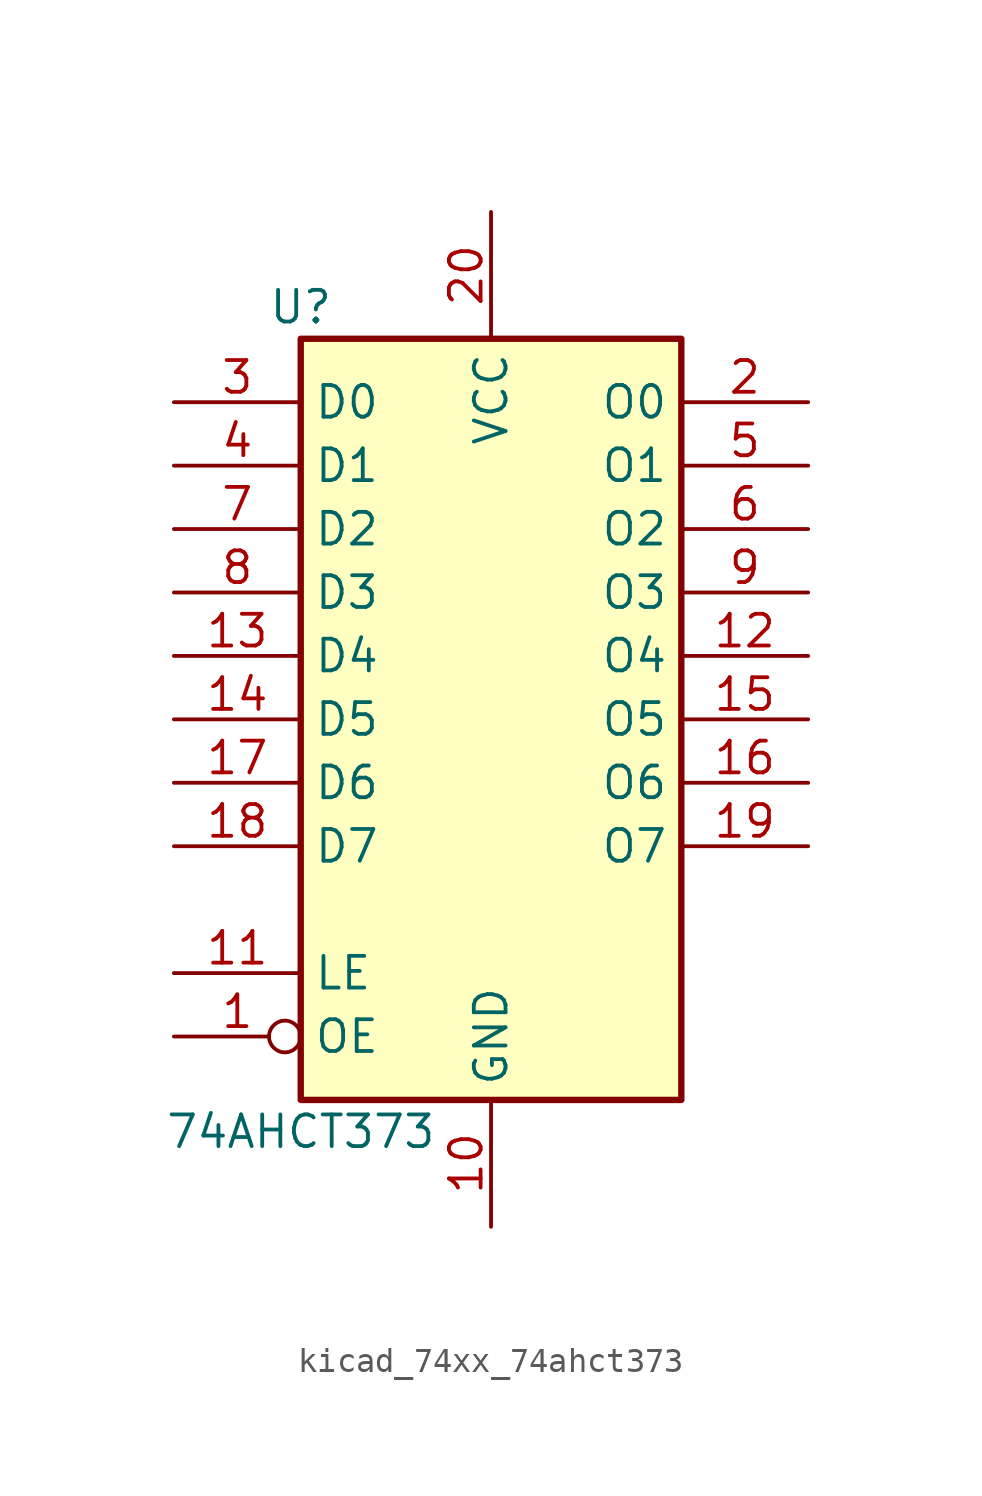
<source format=kicad_sym>
(kicad_symbol_lib
  (version 20220914)
  (generator kicad_symbol_editor)
  (symbol "kicad_74xx_74ahct373"
    (property "Reference" "U"
      (at -7.62 16.51 0)
      (effects (font (size 1.27 1.27))))
    (property "Value" "74AHCT373"
      (at -7.62 -16.51 0)
      (effects (font (size 1.27 1.27))))
    (symbol "kicad_74xx_74ahct373_1_0"
      (pin input inverted (at -12.7 -12.7 0) (length 5.08) (name "OE" (effects (font (size 1.27 1.27)))) (number "1" (effects (font (size 1.27 1.27)))))
      (pin power_in line (at 0 -20.32 90) (length 5.08) (name "GND" (effects (font (size 1.27 1.27)))) (number "10" (effects (font (size 1.27 1.27)))))
      (pin input line (at -12.7 -10.16 0) (length 5.08) (name "LE" (effects (font (size 1.27 1.27)))) (number "11" (effects (font (size 1.27 1.27)))))
      (pin tri_state line (at 12.7 2.54 180) (length 5.08) (name "O4" (effects (font (size 1.27 1.27)))) (number "12" (effects (font (size 1.27 1.27)))))
      (pin input line (at -12.7 2.54 0) (length 5.08) (name "D4" (effects (font (size 1.27 1.27)))) (number "13" (effects (font (size 1.27 1.27)))))
      (pin input line (at -12.7 0 0) (length 5.08) (name "D5" (effects (font (size 1.27 1.27)))) (number "14" (effects (font (size 1.27 1.27)))))
      (pin tri_state line (at 12.7 0 180) (length 5.08) (name "O5" (effects (font (size 1.27 1.27)))) (number "15" (effects (font (size 1.27 1.27)))))
      (pin tri_state line (at 12.7 -2.54 180) (length 5.08) (name "O6" (effects (font (size 1.27 1.27)))) (number "16" (effects (font (size 1.27 1.27)))))
      (pin input line (at -12.7 -2.54 0) (length 5.08) (name "D6" (effects (font (size 1.27 1.27)))) (number "17" (effects (font (size 1.27 1.27)))))
      (pin input line (at -12.7 -5.08 0) (length 5.08) (name "D7" (effects (font (size 1.27 1.27)))) (number "18" (effects (font (size 1.27 1.27)))))
      (pin tri_state line (at 12.7 -5.08 180) (length 5.08) (name "O7" (effects (font (size 1.27 1.27)))) (number "19" (effects (font (size 1.27 1.27)))))
      (pin tri_state line (at 12.7 12.7 180) (length 5.08) (name "O0" (effects (font (size 1.27 1.27)))) (number "2" (effects (font (size 1.27 1.27)))))
      (pin power_in line (at 0 20.32 270) (length 5.08) (name "VCC" (effects (font (size 1.27 1.27)))) (number "20" (effects (font (size 1.27 1.27)))))
      (pin input line (at -12.7 12.7 0) (length 5.08) (name "D0" (effects (font (size 1.27 1.27)))) (number "3" (effects (font (size 1.27 1.27)))))
      (pin input line (at -12.7 10.16 0) (length 5.08) (name "D1" (effects (font (size 1.27 1.27)))) (number "4" (effects (font (size 1.27 1.27)))))
      (pin tri_state line (at 12.7 10.16 180) (length 5.08) (name "O1" (effects (font (size 1.27 1.27)))) (number "5" (effects (font (size 1.27 1.27)))))
      (pin tri_state line (at 12.7 7.62 180) (length 5.08) (name "O2" (effects (font (size 1.27 1.27)))) (number "6" (effects (font (size 1.27 1.27)))))
      (pin input line (at -12.7 7.62 0) (length 5.08) (name "D2" (effects (font (size 1.27 1.27)))) (number "7" (effects (font (size 1.27 1.27)))))
      (pin input line (at -12.7 5.08 0) (length 5.08) (name "D3" (effects (font (size 1.27 1.27)))) (number "8" (effects (font (size 1.27 1.27)))))
      (pin tri_state line (at 12.7 5.08 180) (length 5.08) (name "O3" (effects (font (size 1.27 1.27)))) (number "9" (effects (font (size 1.27 1.27))))))
    (symbol "kicad_74xx_74ahct373_1_1"
      (rectangle (start -7.62 15.24) (end 7.62 -15.24) (stroke (width 0.254) (type default)) (fill (type background))))))
</source>
